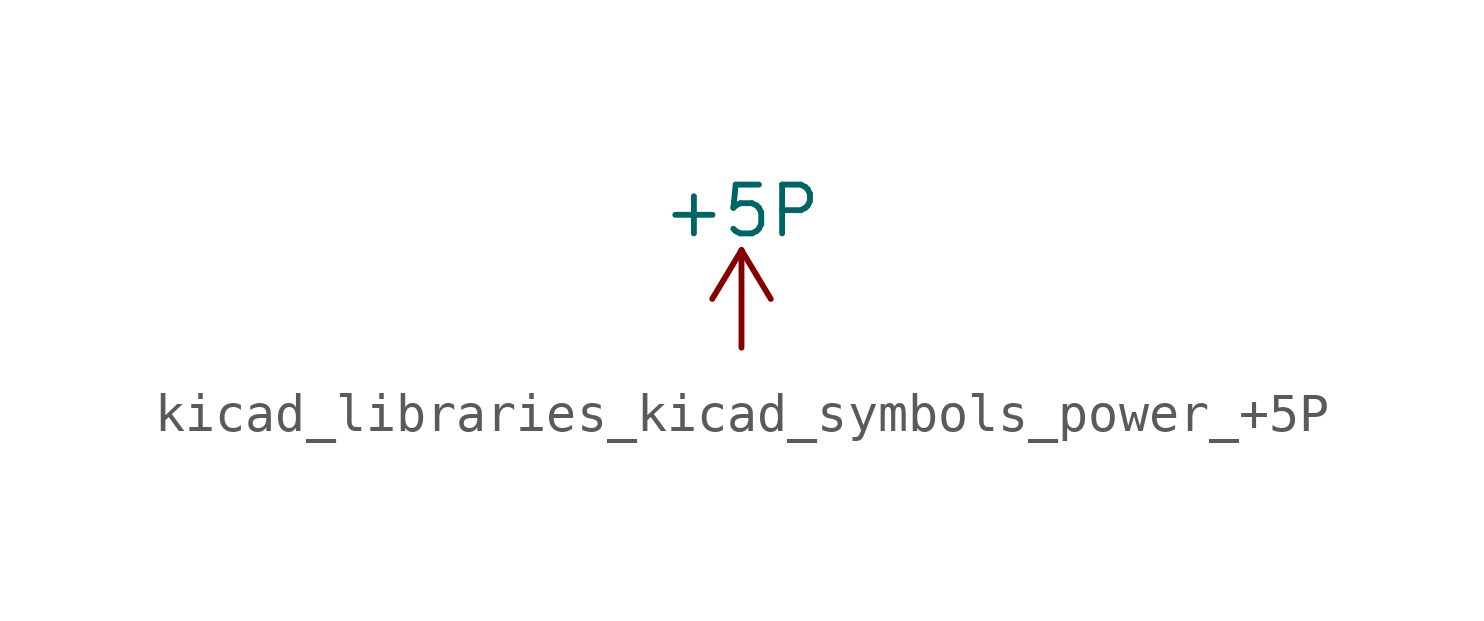
<source format=kicad_sym>
(kicad_symbol_lib
  (version 20220914)
  (generator kicad_symbol_editor)
  (symbol "kicad_libraries_kicad_symbols_power_+5P"
    (power)
    (pin_names
      (offset 0))
    (property "Reference" "#PWR"
      (at 0 -3.81 0)
      (effects (font (size 1.27 1.27)) hide))
    (property "Value" "+5P"
      (at 0 3.556 0)
      (effects (font (size 1.27 1.27))))
    (symbol "kicad_libraries_kicad_symbols_power_+5P_0_1"
      (polyline (pts (xy -0.762 1.27) (xy 0 2.54)) (stroke (width 0) (type default)) (fill (type none)))
      (polyline (pts (xy 0 0) (xy 0 2.54)) (stroke (width 0) (type default)) (fill (type none)))
      (polyline (pts (xy 0 2.54) (xy 0.762 1.27)) (stroke (width 0) (type default)) (fill (type none))))
    (symbol "kicad_libraries_kicad_symbols_power_+5P_1_1"
      (pin power_in line (at 0 0 90) (length 0) hide (name "+5P" (effects (font (size 1.27 1.27)))) (number "1" (effects (font (size 1.27 1.27))))))))
</source>
